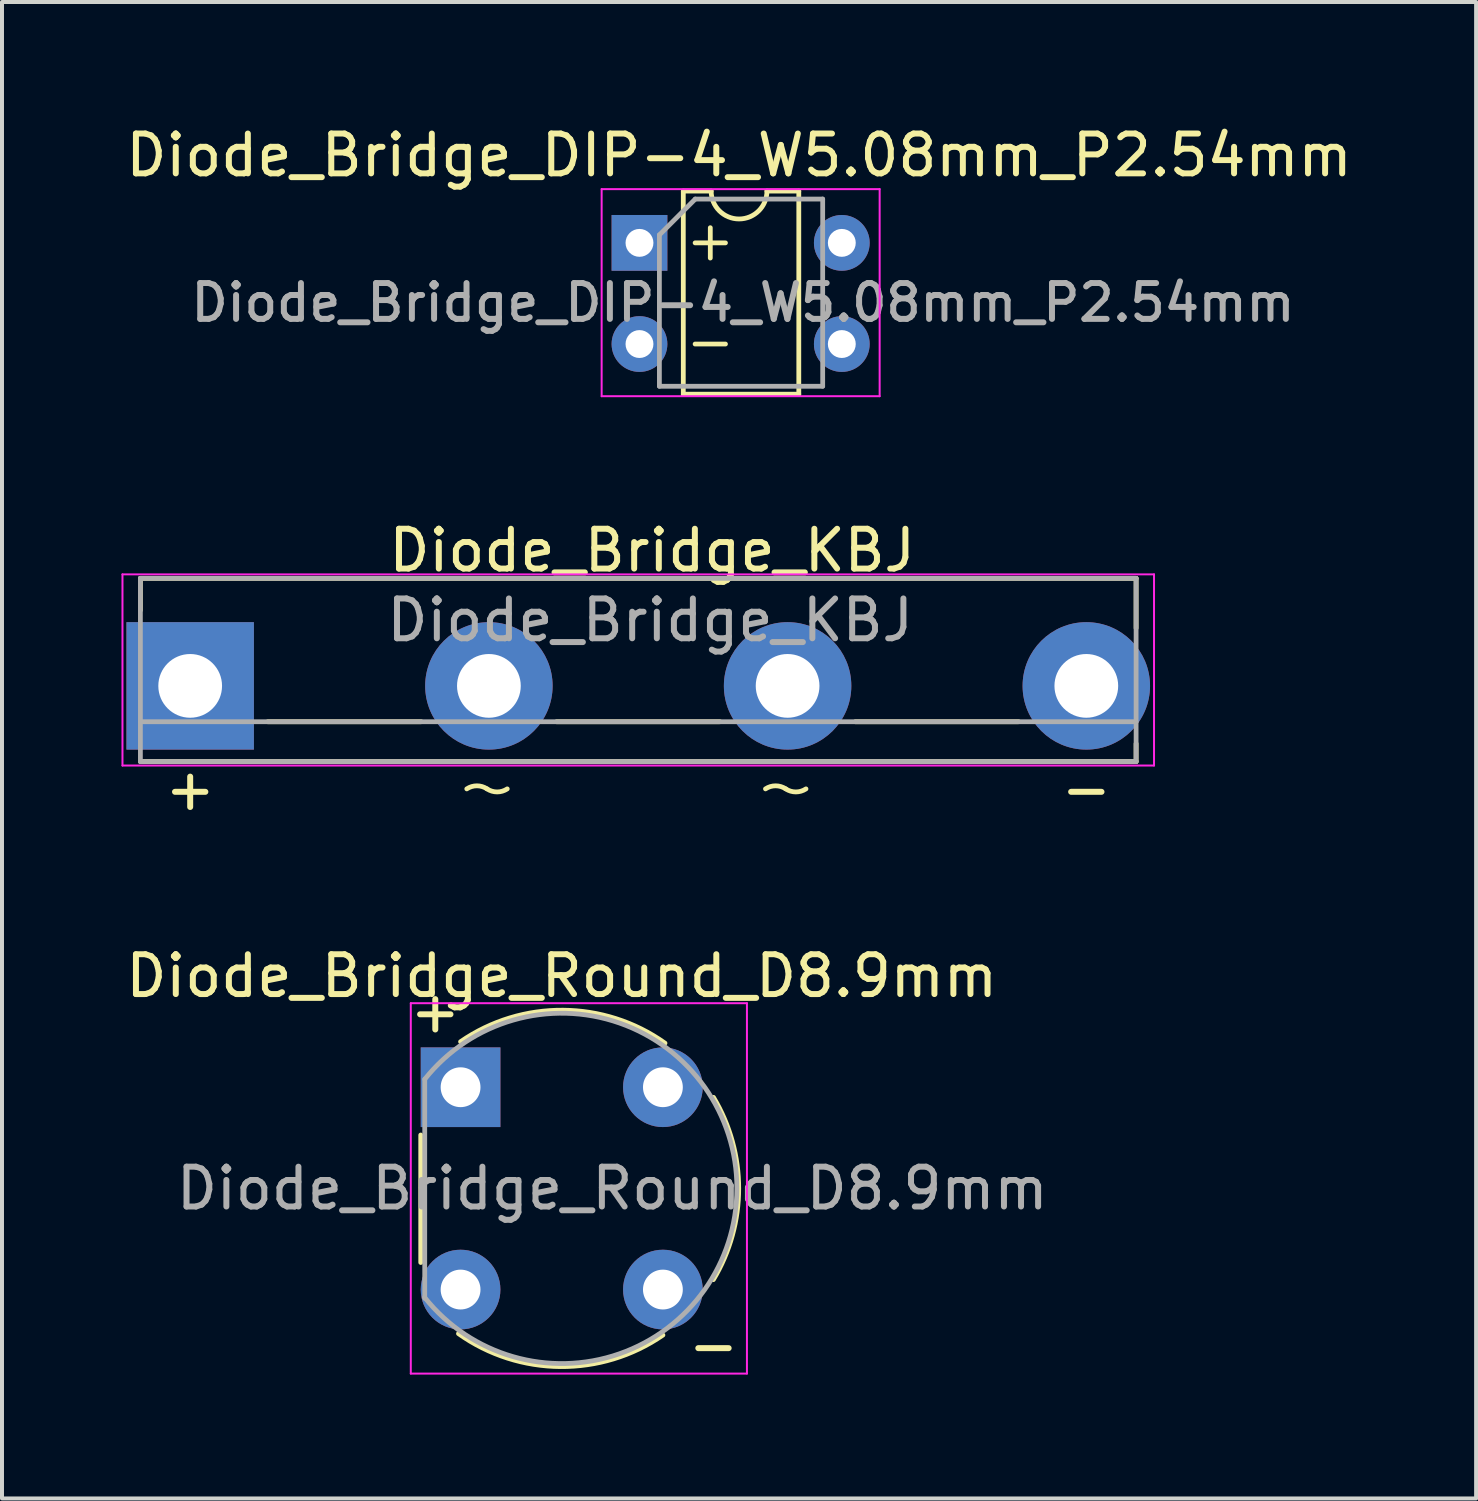
<source format=kicad_pcb>
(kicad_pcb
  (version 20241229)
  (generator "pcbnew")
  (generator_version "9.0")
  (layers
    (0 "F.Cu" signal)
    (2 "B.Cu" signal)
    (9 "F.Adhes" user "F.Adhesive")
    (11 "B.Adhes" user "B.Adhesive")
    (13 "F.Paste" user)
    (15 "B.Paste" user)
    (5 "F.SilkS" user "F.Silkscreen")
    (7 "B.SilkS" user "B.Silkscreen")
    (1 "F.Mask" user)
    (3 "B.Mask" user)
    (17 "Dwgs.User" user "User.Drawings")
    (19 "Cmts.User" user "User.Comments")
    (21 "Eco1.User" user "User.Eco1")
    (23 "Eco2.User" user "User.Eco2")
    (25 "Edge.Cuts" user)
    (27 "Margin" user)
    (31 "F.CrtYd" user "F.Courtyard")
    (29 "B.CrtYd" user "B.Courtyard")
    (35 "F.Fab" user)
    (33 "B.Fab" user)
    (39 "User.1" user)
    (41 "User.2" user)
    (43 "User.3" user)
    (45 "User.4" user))
  (footprint "Diode_Bridge_DIP-4_W5.08mm_P2.54mm"
    (layer "F.Cu")
    (at 13.006 3.048)
    (property "Reference" "Diode_Bridge_DIP-4_W5.08mm_P2.54mm" (at 2.5 -2.2 0) (layer "F.SilkS") (effects (font (size 1 1) (thickness 0.15))))
    (attr through_hole)
    (fp_line (start 1.1 -1.3) (end 1.1 3.8) (stroke (width 0.12) (type solid)) (layer "F.SilkS"))
    (fp_line (start 1.1 3.8) (end 4 3.8) (stroke (width 0.12) (type solid)) (layer "F.SilkS"))
    (fp_line (start 1.397 0) (end 2.159 0) (stroke (width 0.12) (type solid)) (layer "F.SilkS"))
    (fp_line (start 1.397 2.54) (end 2.159 2.54) (stroke (width 0.12) (type solid)) (layer "F.SilkS"))
    (fp_line (start 1.778 -0.381) (end 1.778 0.381) (stroke (width 0.12) (type solid)) (layer "F.SilkS"))
    (fp_line (start 1.8 -1.3) (end 1.1 -1.3) (stroke (width 0.12) (type solid)) (layer "F.SilkS"))
    (fp_line (start 4 -1.3) (end 3.2 -1.3) (stroke (width 0.12) (type solid)) (layer "F.SilkS"))
    (fp_line (start 4 3.8) (end 4 -1.3) (stroke (width 0.12) (type solid)) (layer "F.SilkS"))
    (fp_arc (start 3.2 -1.3) (mid 2.5 -0.6) (end 1.8 -1.3) (stroke (width 0.12) (type solid)) (layer "F.SilkS"))
    (fp_line (start -0.95 -1.35) (end -0.95 3.85) (stroke (width 0.05) (type solid)) (layer "F.CrtYd"))
    (fp_line (start -0.95 -1.35) (end 6.03 -1.35) (stroke (width 0.05) (type solid)) (layer "F.CrtYd"))
    (fp_line (start 6.03 3.85) (end -0.95 3.85) (stroke (width 0.05) (type solid)) (layer "F.CrtYd"))
    (fp_line (start 6.03 3.85) (end 6.03 -1.35) (stroke (width 0.05) (type solid)) (layer "F.CrtYd"))
    (fp_line (start 0.5 -0.2) (end 1.4 -1.1) (stroke (width 0.12) (type solid)) (layer "F.Fab"))
    (fp_line (start 0.5 3.6) (end 0.5 -0.2) (stroke (width 0.12) (type solid)) (layer "F.Fab"))
    (fp_line (start 1.4 -1.1) (end 4.6 -1.1) (stroke (width 0.12) (type solid)) (layer "F.Fab"))
    (fp_line (start 4.6 -1.1) (end 4.6 3.6) (stroke (width 0.12) (type solid)) (layer "F.Fab"))
    (fp_line (start 4.6 3.6) (end 0.5 3.6) (stroke (width 0.12) (type solid)) (layer "F.Fab"))
    (fp_text user "${REFERENCE}" (at 2.6 1.5 0) (layer "F.Fab") (effects (font (size 0.9 0.9) (thickness 0.15))))
    (pad "1" thru_hole rect (at 0 0) (size 1.4 1.4) (drill 0.7) (layers "*.Cu" "*.Mask"))
    (pad "2" thru_hole circle (at 0 2.54) (size 1.4 1.4) (drill 0.7) (layers "*.Cu" "*.Mask"))
    (pad "3" thru_hole circle (at 5.08 2.54) (size 1.4 1.4) (drill 0.7) (layers "*.Cu" "*.Mask"))
    (pad "4" thru_hole circle (at 5.08 0) (size 1.4 1.4) (drill 0.7) (layers "*.Cu" "*.Mask")))
  (footprint "Diode_Bridge_Round_D8.9mm"
    (layer "F.Cu")
    (at 8.514 24.248)
    (property "Reference" "Diode_Bridge_Round_D8.9mm" (at 2.54 -2.794 0) (layer "F.SilkS") (effects (font (size 1 1) (thickness 0.15))))
    (attr through_hole)
    (fp_line (start -1 1.2) (end -1 4.4) (stroke (width 0.12) (type solid)) (layer "F.SilkS"))
    (fp_arc (start 0 -1.143) (mid 2.571836 -1.933821) (end 5.132157 -1.106479) (stroke (width 0.12) (type solid)) (layer "F.SilkS"))
    (fp_arc (start 5.08 6.223) (mid 2.508164 7.013821) (end -0.052157 6.186479) (stroke (width 0.12) (type solid)) (layer "F.SilkS"))
    (fp_arc (start 6.35 0.254) (mid 6.983184 2.54281) (end 6.347105 4.830818) (stroke (width 0.12) (type solid)) (layer "F.SilkS"))
    (fp_line (start -1.25 -2.11) (end -1.25 7.19) (stroke (width 0.05) (type solid)) (layer "F.CrtYd"))
    (fp_line (start -1.25 -2.11) (end 7.19 -2.11) (stroke (width 0.05) (type solid)) (layer "F.CrtYd"))
    (fp_line (start 7.19 7.19) (end -1.25 7.19) (stroke (width 0.05) (type solid)) (layer "F.CrtYd"))
    (fp_line (start 7.19 7.19) (end 7.19 -2.11) (stroke (width 0.05) (type solid)) (layer "F.CrtYd"))
    (fp_line (start -0.9 -0.2) (end -0.9 5.3) (stroke (width 0.12) (type solid)) (layer "F.Fab"))
    (fp_arc (start -0.9 -0.2) (mid 6.937862 2.542896) (end -0.903606 5.275467) (stroke (width 0.12) (type solid)) (layer "F.Fab"))
    (fp_text user "-" (at 6.35 6.477 0) (layer "F.SilkS") (effects (font (size 1 1) (thickness 0.15))))
    (fp_text user "+" (at -0.635 -1.905 0) (layer "F.SilkS") (effects (font (size 1 1) (thickness 0.15))))
    (fp_text user "${REFERENCE}" (at 3.81 2.54 0) (layer "F.Fab") (effects (font (size 1 1) (thickness 0.15))))
    (pad "1" thru_hole rect (at 0 0) (size 2 2) (drill 1) (layers "*.Cu" "*.Mask"))
    (pad "2" thru_hole oval (at 0 5.08) (size 2 2) (drill 1) (layers "*.Cu" "*.Mask"))
    (pad "3" thru_hole oval (at 5.08 5.08) (size 2 2) (drill 1) (layers "*.Cu" "*.Mask"))
    (pad "4" thru_hole oval (at 5.08 0) (size 2 2) (drill 1) (layers "*.Cu" "*.Mask")))
  (footprint "Diode_Bridge_KBJ"
    (layer "F.Cu")
    (at 1.725 14.171)
    (property "Reference" "Diode_Bridge_KBJ" (at 11.6 -3.4 0) (layer "F.SilkS") (effects (font (size 1 1) (thickness 0.15))))
    (attr through_hole)
    (fp_line (start -1.25 -2.7) (end -1.25 -1.9) (stroke (width 0.12) (type solid)) (layer "F.SilkS"))
    (fp_line (start -1.25 -2.7) (end 23.75 -2.7) (stroke (width 0.12) (type solid)) (layer "F.SilkS"))
    (fp_line (start 1.95 0.9) (end 5.8 0.9) (stroke (width 0.12) (type solid)) (layer "F.SilkS"))
    (fp_line (start 9.2 0.9) (end 13.3 0.9) (stroke (width 0.12) (type solid)) (layer "F.SilkS"))
    (fp_line (start 16.7 0.9) (end 20.8 0.9) (stroke (width 0.12) (type solid)) (layer "F.SilkS"))
    (fp_line (start 23.75 -2.7) (end 23.75 -1.45) (stroke (width 0.12) (type solid)) (layer "F.SilkS"))
    (fp_line (start 23.75 1.45) (end 23.75 1.9) (stroke (width 0.12) (type solid)) (layer "F.SilkS"))
    (fp_line (start 23.75 1.9) (end -1.25 1.9) (stroke (width 0.12) (type solid)) (layer "F.SilkS"))
    (fp_arc (start 6.944999 2.586001) (mid 7.198998 2.509096) (end 7.452997 2.586001) (stroke (width 0.12) (type solid)) (layer "F.SilkS"))
    (fp_arc (start 7.960998 2.586) (mid 7.706999 2.662905) (end 7.453 2.586) (stroke (width 0.12) (type solid)) (layer "F.SilkS"))
    (fp_arc (start 14.444999 2.586001) (mid 14.698998 2.509096) (end 14.952997 2.586001) (stroke (width 0.12) (type solid)) (layer "F.SilkS"))
    (fp_arc (start 15.460998 2.586) (mid 15.206999 2.662905) (end 14.953 2.586) (stroke (width 0.12) (type solid)) (layer "F.SilkS"))
    (fp_line (start -1.7 -2.8) (end -1.7 2) (stroke (width 0.05) (type solid)) (layer "F.CrtYd"))
    (fp_line (start -1.7 2) (end 24.2 2) (stroke (width 0.05) (type solid)) (layer "F.CrtYd"))
    (fp_line (start 24.2 -2.8) (end -1.7 -2.8) (stroke (width 0.05) (type solid)) (layer "F.CrtYd"))
    (fp_line (start 24.2 2) (end 24.2 -2.8) (stroke (width 0.05) (type solid)) (layer "F.CrtYd"))
    (fp_line (start -1.25 -2.7) (end -1.25 1.9) (stroke (width 0.12) (type solid)) (layer "F.Fab"))
    (fp_line (start -1.25 0.9) (end 23.75 0.9) (stroke (width 0.12) (type solid)) (layer "F.Fab"))
    (fp_line (start -1.25 1.9) (end 23.75 1.9) (stroke (width 0.12) (type solid)) (layer "F.Fab"))
    (fp_line (start 23.75 -2.7) (end -1.25 -2.7) (stroke (width 0.12) (type solid)) (layer "F.Fab"))
    (fp_line (start 23.75 1.9) (end 23.75 -2.7) (stroke (width 0.12) (type solid)) (layer "F.Fab"))
    (fp_text user "+" (at 0 2.586 0) (layer "F.SilkS") (effects (font (size 1 1) (thickness 0.15))))
    (fp_text user "-" (at 22.5 2.586 0) (layer "F.SilkS") (effects (font (size 1 1) (thickness 0.15))))
    (fp_text user "${REFERENCE}" (at 11.55 -1.65 0) (layer "F.Fab") (effects (font (size 1 1) (thickness 0.15))))
    (pad "1" thru_hole rect (at 0 0 180) (size 3.2 3.2) (drill 1.6) (layers "*.Cu" "*.Mask"))
    (pad "2" thru_hole circle (at 7.5 0 180) (size 3.2 3.2) (drill 1.6) (layers "*.Cu" "*.Mask"))
    (pad "3" thru_hole circle (at 15 0 180) (size 3.2 3.2) (drill 1.6) (layers "*.Cu" "*.Mask"))
    (pad "4" thru_hole circle (at 22.5 0 180) (size 3.2 3.2) (drill 1.6) (layers "*.Cu" "*.Mask")))
  (gr_rect
    (start -3 -3)
    (end 34.012 34.573)
    (stroke (width 0.1) (type default))
    (fill no)
    (layer "Edge.Cuts")))
</source>
